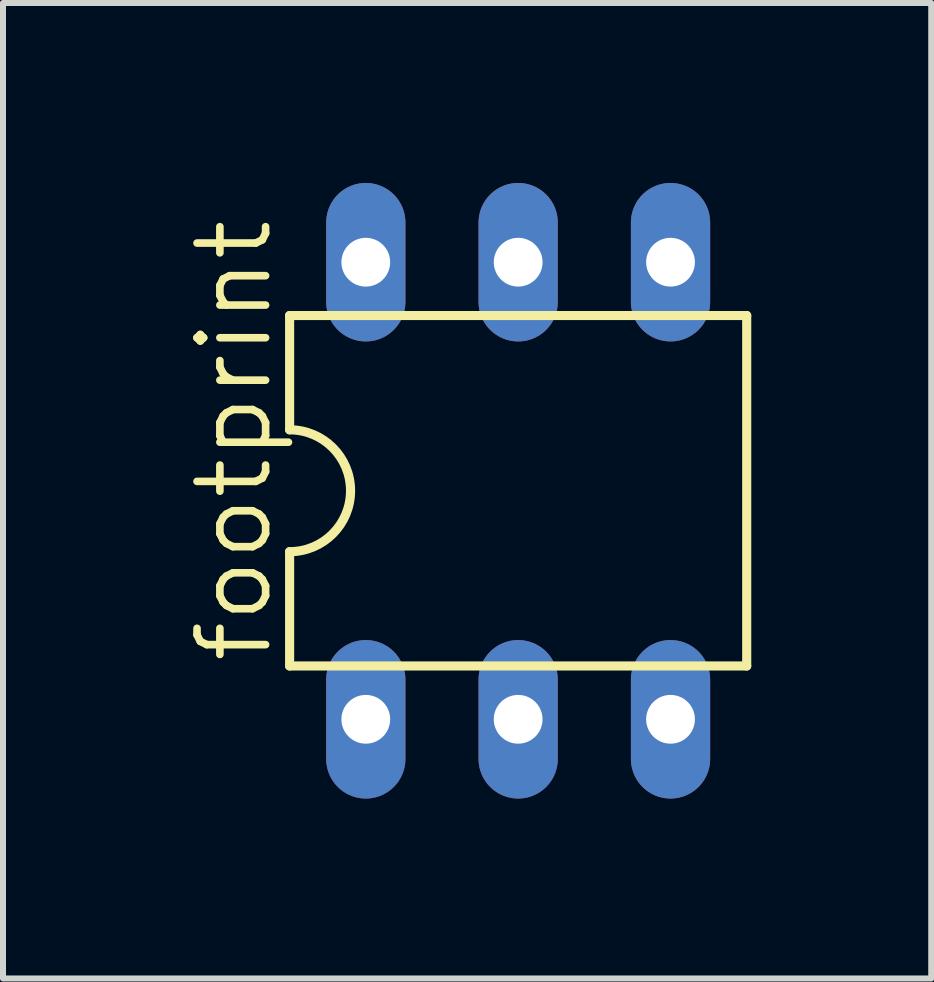
<source format=kicad_pcb>
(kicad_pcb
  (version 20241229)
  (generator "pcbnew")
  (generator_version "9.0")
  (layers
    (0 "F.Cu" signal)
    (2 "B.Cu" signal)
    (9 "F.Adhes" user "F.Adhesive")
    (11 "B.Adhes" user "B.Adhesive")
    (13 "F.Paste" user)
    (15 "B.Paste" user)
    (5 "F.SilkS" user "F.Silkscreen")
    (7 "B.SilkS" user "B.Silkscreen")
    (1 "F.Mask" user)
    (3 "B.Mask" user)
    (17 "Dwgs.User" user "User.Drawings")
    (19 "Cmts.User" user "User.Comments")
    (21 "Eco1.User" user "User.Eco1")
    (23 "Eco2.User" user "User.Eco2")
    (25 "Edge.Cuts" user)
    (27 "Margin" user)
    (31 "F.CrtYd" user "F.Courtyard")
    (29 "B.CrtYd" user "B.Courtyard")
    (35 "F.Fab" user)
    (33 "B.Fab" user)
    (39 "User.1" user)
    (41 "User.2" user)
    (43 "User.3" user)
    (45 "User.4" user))
  (footprint "footprint"
    (layer "F.Cu")
    (at 5.588 5.131)
    (property "Reference" "footprint" (at -4.064 2.921 90) (layer "F.SilkS") (effects (font (size 1.143 1.143) (thickness 0.127)) (justify left bottom)))
    (fp_line (start -3.81 -2.921) (end -3.81 -1.016) (stroke (width 0.152) (type solid)) (layer "F.SilkS"))
    (fp_line (start -3.81 2.921) (end -3.81 1.016) (stroke (width 0.152) (type solid)) (layer "F.SilkS"))
    (fp_line (start -3.81 2.921) (end 3.81 2.921) (stroke (width 0.152) (type solid)) (layer "F.SilkS"))
    (fp_line (start 3.81 -2.921) (end -3.81 -2.921) (stroke (width 0.152) (type solid)) (layer "F.SilkS"))
    (fp_line (start 3.81 -2.921) (end 3.81 2.921) (stroke (width 0.152) (type solid)) (layer "F.SilkS"))
    (fp_arc (start -3.81 -1.016) (mid -2.794 0) (end -3.81 1.016) (stroke (width 0.1524) (type solid)) (layer "F.SilkS"))
    (pad "1" thru_hole oval (at -2.54 3.81 90) (size 2.642 1.321) (drill 0.813) (layers "*.Cu" "*.Mask"))
    (pad "2" thru_hole oval (at 0 3.81 90) (size 2.642 1.321) (drill 0.813) (layers "*.Cu" "*.Mask"))
    (pad "3" thru_hole oval (at 2.54 3.81 90) (size 2.642 1.321) (drill 0.813) (layers "*.Cu" "*.Mask"))
    (pad "4" thru_hole oval (at 2.54 -3.81 90) (size 2.642 1.321) (drill 0.813) (layers "*.Cu" "*.Mask"))
    (pad "5" thru_hole oval (at 0 -3.81 90) (size 2.642 1.321) (drill 0.813) (layers "*.Cu" "*.Mask"))
    (pad "6" thru_hole oval (at -2.54 -3.81 90) (size 2.642 1.321) (drill 0.813) (layers "*.Cu" "*.Mask")))
  (gr_rect
    (start -3 -3)
    (end 12.474 13.262)
    (stroke (width 0.1) (type default))
    (fill no)
    (layer "Edge.Cuts")))
</source>
